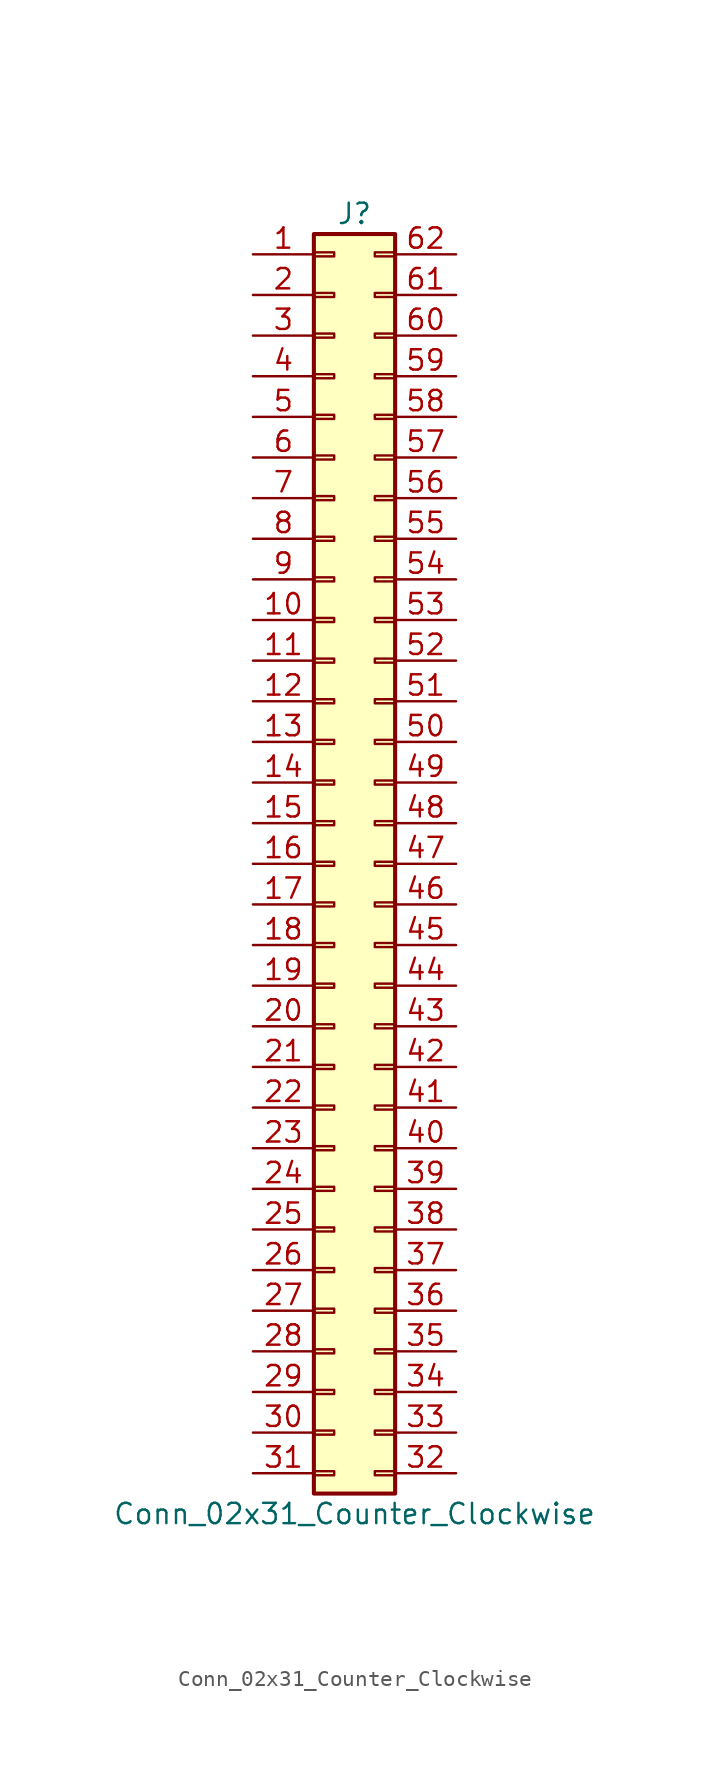
<source format=kicad_sym>
(kicad_symbol_lib
  (version 20220914)
  (generator kicad_symbol_editor)
  (symbol "Conn_02x31_Counter_Clockwise"
    (pin_names
      (offset 1.016) hide)
    (property "Reference" "J"
      (at 1.27 40.64 0)
      (effects (font (size 1.27 1.27))))
    (property "Value" "Conn_02x31_Counter_Clockwise"
      (at 1.27 -40.64 0)
      (effects (font (size 1.27 1.27))))
    (symbol "Conn_02x31_Counter_Clockwise_1_1"
      (rectangle (start -1.27 -37.973) (end 0 -38.227) (stroke (width 0.152) (type default)) (fill (type none)))
      (rectangle (start -1.27 -35.433) (end 0 -35.687) (stroke (width 0.152) (type default)) (fill (type none)))
      (rectangle (start -1.27 -32.893) (end 0 -33.147) (stroke (width 0.152) (type default)) (fill (type none)))
      (rectangle (start -1.27 -30.353) (end 0 -30.607) (stroke (width 0.152) (type default)) (fill (type none)))
      (rectangle (start -1.27 -27.813) (end 0 -28.067) (stroke (width 0.152) (type default)) (fill (type none)))
      (rectangle (start -1.27 -25.273) (end 0 -25.527) (stroke (width 0.152) (type default)) (fill (type none)))
      (rectangle (start -1.27 -22.733) (end 0 -22.987) (stroke (width 0.152) (type default)) (fill (type none)))
      (rectangle (start -1.27 -20.193) (end 0 -20.447) (stroke (width 0.152) (type default)) (fill (type none)))
      (rectangle (start -1.27 -17.653) (end 0 -17.907) (stroke (width 0.152) (type default)) (fill (type none)))
      (rectangle (start -1.27 -15.113) (end 0 -15.367) (stroke (width 0.152) (type default)) (fill (type none)))
      (rectangle (start -1.27 -12.573) (end 0 -12.827) (stroke (width 0.152) (type default)) (fill (type none)))
      (rectangle (start -1.27 -10.033) (end 0 -10.287) (stroke (width 0.152) (type default)) (fill (type none)))
      (rectangle (start -1.27 -7.493) (end 0 -7.747) (stroke (width 0.152) (type default)) (fill (type none)))
      (rectangle (start -1.27 -4.953) (end 0 -5.207) (stroke (width 0.152) (type default)) (fill (type none)))
      (rectangle (start -1.27 -2.413) (end 0 -2.667) (stroke (width 0.152) (type default)) (fill (type none)))
      (rectangle (start -1.27 0.127) (end 0 -0.127) (stroke (width 0.152) (type default)) (fill (type none)))
      (rectangle (start -1.27 2.667) (end 0 2.413) (stroke (width 0.152) (type default)) (fill (type none)))
      (rectangle (start -1.27 5.207) (end 0 4.953) (stroke (width 0.152) (type default)) (fill (type none)))
      (rectangle (start -1.27 7.747) (end 0 7.493) (stroke (width 0.152) (type default)) (fill (type none)))
      (rectangle (start -1.27 10.287) (end 0 10.033) (stroke (width 0.152) (type default)) (fill (type none)))
      (rectangle (start -1.27 12.827) (end 0 12.573) (stroke (width 0.152) (type default)) (fill (type none)))
      (rectangle (start -1.27 15.367) (end 0 15.113) (stroke (width 0.152) (type default)) (fill (type none)))
      (rectangle (start -1.27 17.907) (end 0 17.653) (stroke (width 0.152) (type default)) (fill (type none)))
      (rectangle (start -1.27 20.447) (end 0 20.193) (stroke (width 0.152) (type default)) (fill (type none)))
      (rectangle (start -1.27 22.987) (end 0 22.733) (stroke (width 0.152) (type default)) (fill (type none)))
      (rectangle (start -1.27 25.527) (end 0 25.273) (stroke (width 0.152) (type default)) (fill (type none)))
      (rectangle (start -1.27 28.067) (end 0 27.813) (stroke (width 0.152) (type default)) (fill (type none)))
      (rectangle (start -1.27 30.607) (end 0 30.353) (stroke (width 0.152) (type default)) (fill (type none)))
      (rectangle (start -1.27 33.147) (end 0 32.893) (stroke (width 0.152) (type default)) (fill (type none)))
      (rectangle (start -1.27 35.687) (end 0 35.433) (stroke (width 0.152) (type default)) (fill (type none)))
      (rectangle (start -1.27 38.227) (end 0 37.973) (stroke (width 0.152) (type default)) (fill (type none)))
      (rectangle (start -1.27 39.37) (end 3.81 -39.37) (stroke (width 0.254) (type default)) (fill (type background)))
      (rectangle (start 3.81 -37.973) (end 2.54 -38.227) (stroke (width 0.152) (type default)) (fill (type none)))
      (rectangle (start 3.81 -35.433) (end 2.54 -35.687) (stroke (width 0.152) (type default)) (fill (type none)))
      (rectangle (start 3.81 -32.893) (end 2.54 -33.147) (stroke (width 0.152) (type default)) (fill (type none)))
      (rectangle (start 3.81 -30.353) (end 2.54 -30.607) (stroke (width 0.152) (type default)) (fill (type none)))
      (rectangle (start 3.81 -27.813) (end 2.54 -28.067) (stroke (width 0.152) (type default)) (fill (type none)))
      (rectangle (start 3.81 -25.273) (end 2.54 -25.527) (stroke (width 0.152) (type default)) (fill (type none)))
      (rectangle (start 3.81 -22.733) (end 2.54 -22.987) (stroke (width 0.152) (type default)) (fill (type none)))
      (rectangle (start 3.81 -20.193) (end 2.54 -20.447) (stroke (width 0.152) (type default)) (fill (type none)))
      (rectangle (start 3.81 -17.653) (end 2.54 -17.907) (stroke (width 0.152) (type default)) (fill (type none)))
      (rectangle (start 3.81 -15.113) (end 2.54 -15.367) (stroke (width 0.152) (type default)) (fill (type none)))
      (rectangle (start 3.81 -12.573) (end 2.54 -12.827) (stroke (width 0.152) (type default)) (fill (type none)))
      (rectangle (start 3.81 -10.033) (end 2.54 -10.287) (stroke (width 0.152) (type default)) (fill (type none)))
      (rectangle (start 3.81 -7.493) (end 2.54 -7.747) (stroke (width 0.152) (type default)) (fill (type none)))
      (rectangle (start 3.81 -4.953) (end 2.54 -5.207) (stroke (width 0.152) (type default)) (fill (type none)))
      (rectangle (start 3.81 -2.413) (end 2.54 -2.667) (stroke (width 0.152) (type default)) (fill (type none)))
      (rectangle (start 3.81 0.127) (end 2.54 -0.127) (stroke (width 0.152) (type default)) (fill (type none)))
      (rectangle (start 3.81 2.667) (end 2.54 2.413) (stroke (width 0.152) (type default)) (fill (type none)))
      (rectangle (start 3.81 5.207) (end 2.54 4.953) (stroke (width 0.152) (type default)) (fill (type none)))
      (rectangle (start 3.81 7.747) (end 2.54 7.493) (stroke (width 0.152) (type default)) (fill (type none)))
      (rectangle (start 3.81 10.287) (end 2.54 10.033) (stroke (width 0.152) (type default)) (fill (type none)))
      (rectangle (start 3.81 12.827) (end 2.54 12.573) (stroke (width 0.152) (type default)) (fill (type none)))
      (rectangle (start 3.81 15.367) (end 2.54 15.113) (stroke (width 0.152) (type default)) (fill (type none)))
      (rectangle (start 3.81 17.907) (end 2.54 17.653) (stroke (width 0.152) (type default)) (fill (type none)))
      (rectangle (start 3.81 20.447) (end 2.54 20.193) (stroke (width 0.152) (type default)) (fill (type none)))
      (rectangle (start 3.81 22.987) (end 2.54 22.733) (stroke (width 0.152) (type default)) (fill (type none)))
      (rectangle (start 3.81 25.527) (end 2.54 25.273) (stroke (width 0.152) (type default)) (fill (type none)))
      (rectangle (start 3.81 28.067) (end 2.54 27.813) (stroke (width 0.152) (type default)) (fill (type none)))
      (rectangle (start 3.81 30.607) (end 2.54 30.353) (stroke (width 0.152) (type default)) (fill (type none)))
      (rectangle (start 3.81 33.147) (end 2.54 32.893) (stroke (width 0.152) (type default)) (fill (type none)))
      (rectangle (start 3.81 35.687) (end 2.54 35.433) (stroke (width 0.152) (type default)) (fill (type none)))
      (rectangle (start 3.81 38.227) (end 2.54 37.973) (stroke (width 0.152) (type default)) (fill (type none)))
      (pin passive line (at -5.08 38.1 0) (length 3.81) (name "Pin_1" (effects (font (size 1.27 1.27)))) (number "1" (effects (font (size 1.27 1.27)))))
      (pin passive line (at -5.08 15.24 0) (length 3.81) (name "Pin_10" (effects (font (size 1.27 1.27)))) (number "10" (effects (font (size 1.27 1.27)))))
      (pin passive line (at -5.08 12.7 0) (length 3.81) (name "Pin_11" (effects (font (size 1.27 1.27)))) (number "11" (effects (font (size 1.27 1.27)))))
      (pin passive line (at -5.08 10.16 0) (length 3.81) (name "Pin_12" (effects (font (size 1.27 1.27)))) (number "12" (effects (font (size 1.27 1.27)))))
      (pin passive line (at -5.08 7.62 0) (length 3.81) (name "Pin_13" (effects (font (size 1.27 1.27)))) (number "13" (effects (font (size 1.27 1.27)))))
      (pin passive line (at -5.08 5.08 0) (length 3.81) (name "Pin_14" (effects (font (size 1.27 1.27)))) (number "14" (effects (font (size 1.27 1.27)))))
      (pin passive line (at -5.08 2.54 0) (length 3.81) (name "Pin_15" (effects (font (size 1.27 1.27)))) (number "15" (effects (font (size 1.27 1.27)))))
      (pin passive line (at -5.08 0 0) (length 3.81) (name "Pin_16" (effects (font (size 1.27 1.27)))) (number "16" (effects (font (size 1.27 1.27)))))
      (pin passive line (at -5.08 -2.54 0) (length 3.81) (name "Pin_17" (effects (font (size 1.27 1.27)))) (number "17" (effects (font (size 1.27 1.27)))))
      (pin passive line (at -5.08 -5.08 0) (length 3.81) (name "Pin_18" (effects (font (size 1.27 1.27)))) (number "18" (effects (font (size 1.27 1.27)))))
      (pin passive line (at -5.08 -7.62 0) (length 3.81) (name "Pin_19" (effects (font (size 1.27 1.27)))) (number "19" (effects (font (size 1.27 1.27)))))
      (pin passive line (at -5.08 35.56 0) (length 3.81) (name "Pin_2" (effects (font (size 1.27 1.27)))) (number "2" (effects (font (size 1.27 1.27)))))
      (pin passive line (at -5.08 -10.16 0) (length 3.81) (name "Pin_20" (effects (font (size 1.27 1.27)))) (number "20" (effects (font (size 1.27 1.27)))))
      (pin passive line (at -5.08 -12.7 0) (length 3.81) (name "Pin_21" (effects (font (size 1.27 1.27)))) (number "21" (effects (font (size 1.27 1.27)))))
      (pin passive line (at -5.08 -15.24 0) (length 3.81) (name "Pin_22" (effects (font (size 1.27 1.27)))) (number "22" (effects (font (size 1.27 1.27)))))
      (pin passive line (at -5.08 -17.78 0) (length 3.81) (name "Pin_23" (effects (font (size 1.27 1.27)))) (number "23" (effects (font (size 1.27 1.27)))))
      (pin passive line (at -5.08 -20.32 0) (length 3.81) (name "Pin_24" (effects (font (size 1.27 1.27)))) (number "24" (effects (font (size 1.27 1.27)))))
      (pin passive line (at -5.08 -22.86 0) (length 3.81) (name "Pin_25" (effects (font (size 1.27 1.27)))) (number "25" (effects (font (size 1.27 1.27)))))
      (pin passive line (at -5.08 -25.4 0) (length 3.81) (name "Pin_26" (effects (font (size 1.27 1.27)))) (number "26" (effects (font (size 1.27 1.27)))))
      (pin passive line (at -5.08 -27.94 0) (length 3.81) (name "Pin_27" (effects (font (size 1.27 1.27)))) (number "27" (effects (font (size 1.27 1.27)))))
      (pin passive line (at -5.08 -30.48 0) (length 3.81) (name "Pin_28" (effects (font (size 1.27 1.27)))) (number "28" (effects (font (size 1.27 1.27)))))
      (pin passive line (at -5.08 -33.02 0) (length 3.81) (name "Pin_29" (effects (font (size 1.27 1.27)))) (number "29" (effects (font (size 1.27 1.27)))))
      (pin passive line (at -5.08 33.02 0) (length 3.81) (name "Pin_3" (effects (font (size 1.27 1.27)))) (number "3" (effects (font (size 1.27 1.27)))))
      (pin passive line (at -5.08 -35.56 0) (length 3.81) (name "Pin_30" (effects (font (size 1.27 1.27)))) (number "30" (effects (font (size 1.27 1.27)))))
      (pin passive line (at -5.08 -38.1 0) (length 3.81) (name "Pin_31" (effects (font (size 1.27 1.27)))) (number "31" (effects (font (size 1.27 1.27)))))
      (pin passive line (at 7.62 -38.1 180) (length 3.81) (name "Pin_32" (effects (font (size 1.27 1.27)))) (number "32" (effects (font (size 1.27 1.27)))))
      (pin passive line (at 7.62 -35.56 180) (length 3.81) (name "Pin_33" (effects (font (size 1.27 1.27)))) (number "33" (effects (font (size 1.27 1.27)))))
      (pin passive line (at 7.62 -33.02 180) (length 3.81) (name "Pin_34" (effects (font (size 1.27 1.27)))) (number "34" (effects (font (size 1.27 1.27)))))
      (pin passive line (at 7.62 -30.48 180) (length 3.81) (name "Pin_35" (effects (font (size 1.27 1.27)))) (number "35" (effects (font (size 1.27 1.27)))))
      (pin passive line (at 7.62 -27.94 180) (length 3.81) (name "Pin_36" (effects (font (size 1.27 1.27)))) (number "36" (effects (font (size 1.27 1.27)))))
      (pin passive line (at 7.62 -25.4 180) (length 3.81) (name "Pin_37" (effects (font (size 1.27 1.27)))) (number "37" (effects (font (size 1.27 1.27)))))
      (pin passive line (at 7.62 -22.86 180) (length 3.81) (name "Pin_38" (effects (font (size 1.27 1.27)))) (number "38" (effects (font (size 1.27 1.27)))))
      (pin passive line (at 7.62 -20.32 180) (length 3.81) (name "Pin_39" (effects (font (size 1.27 1.27)))) (number "39" (effects (font (size 1.27 1.27)))))
      (pin passive line (at -5.08 30.48 0) (length 3.81) (name "Pin_4" (effects (font (size 1.27 1.27)))) (number "4" (effects (font (size 1.27 1.27)))))
      (pin passive line (at 7.62 -17.78 180) (length 3.81) (name "Pin_40" (effects (font (size 1.27 1.27)))) (number "40" (effects (font (size 1.27 1.27)))))
      (pin passive line (at 7.62 -15.24 180) (length 3.81) (name "Pin_41" (effects (font (size 1.27 1.27)))) (number "41" (effects (font (size 1.27 1.27)))))
      (pin passive line (at 7.62 -12.7 180) (length 3.81) (name "Pin_42" (effects (font (size 1.27 1.27)))) (number "42" (effects (font (size 1.27 1.27)))))
      (pin passive line (at 7.62 -10.16 180) (length 3.81) (name "Pin_43" (effects (font (size 1.27 1.27)))) (number "43" (effects (font (size 1.27 1.27)))))
      (pin passive line (at 7.62 -7.62 180) (length 3.81) (name "Pin_44" (effects (font (size 1.27 1.27)))) (number "44" (effects (font (size 1.27 1.27)))))
      (pin passive line (at 7.62 -5.08 180) (length 3.81) (name "Pin_45" (effects (font (size 1.27 1.27)))) (number "45" (effects (font (size 1.27 1.27)))))
      (pin passive line (at 7.62 -2.54 180) (length 3.81) (name "Pin_46" (effects (font (size 1.27 1.27)))) (number "46" (effects (font (size 1.27 1.27)))))
      (pin passive line (at 7.62 0 180) (length 3.81) (name "Pin_47" (effects (font (size 1.27 1.27)))) (number "47" (effects (font (size 1.27 1.27)))))
      (pin passive line (at 7.62 2.54 180) (length 3.81) (name "Pin_48" (effects (font (size 1.27 1.27)))) (number "48" (effects (font (size 1.27 1.27)))))
      (pin passive line (at 7.62 5.08 180) (length 3.81) (name "Pin_49" (effects (font (size 1.27 1.27)))) (number "49" (effects (font (size 1.27 1.27)))))
      (pin passive line (at -5.08 27.94 0) (length 3.81) (name "Pin_5" (effects (font (size 1.27 1.27)))) (number "5" (effects (font (size 1.27 1.27)))))
      (pin passive line (at 7.62 7.62 180) (length 3.81) (name "Pin_50" (effects (font (size 1.27 1.27)))) (number "50" (effects (font (size 1.27 1.27)))))
      (pin passive line (at 7.62 10.16 180) (length 3.81) (name "Pin_51" (effects (font (size 1.27 1.27)))) (number "51" (effects (font (size 1.27 1.27)))))
      (pin passive line (at 7.62 12.7 180) (length 3.81) (name "Pin_52" (effects (font (size 1.27 1.27)))) (number "52" (effects (font (size 1.27 1.27)))))
      (pin passive line (at 7.62 15.24 180) (length 3.81) (name "Pin_53" (effects (font (size 1.27 1.27)))) (number "53" (effects (font (size 1.27 1.27)))))
      (pin passive line (at 7.62 17.78 180) (length 3.81) (name "Pin_54" (effects (font (size 1.27 1.27)))) (number "54" (effects (font (size 1.27 1.27)))))
      (pin passive line (at 7.62 20.32 180) (length 3.81) (name "Pin_55" (effects (font (size 1.27 1.27)))) (number "55" (effects (font (size 1.27 1.27)))))
      (pin passive line (at 7.62 22.86 180) (length 3.81) (name "Pin_56" (effects (font (size 1.27 1.27)))) (number "56" (effects (font (size 1.27 1.27)))))
      (pin passive line (at 7.62 25.4 180) (length 3.81) (name "Pin_57" (effects (font (size 1.27 1.27)))) (number "57" (effects (font (size 1.27 1.27)))))
      (pin passive line (at 7.62 27.94 180) (length 3.81) (name "Pin_58" (effects (font (size 1.27 1.27)))) (number "58" (effects (font (size 1.27 1.27)))))
      (pin passive line (at 7.62 30.48 180) (length 3.81) (name "Pin_59" (effects (font (size 1.27 1.27)))) (number "59" (effects (font (size 1.27 1.27)))))
      (pin passive line (at -5.08 25.4 0) (length 3.81) (name "Pin_6" (effects (font (size 1.27 1.27)))) (number "6" (effects (font (size 1.27 1.27)))))
      (pin passive line (at 7.62 33.02 180) (length 3.81) (name "Pin_60" (effects (font (size 1.27 1.27)))) (number "60" (effects (font (size 1.27 1.27)))))
      (pin passive line (at 7.62 35.56 180) (length 3.81) (name "Pin_61" (effects (font (size 1.27 1.27)))) (number "61" (effects (font (size 1.27 1.27)))))
      (pin passive line (at 7.62 38.1 180) (length 3.81) (name "Pin_62" (effects (font (size 1.27 1.27)))) (number "62" (effects (font (size 1.27 1.27)))))
      (pin passive line (at -5.08 22.86 0) (length 3.81) (name "Pin_7" (effects (font (size 1.27 1.27)))) (number "7" (effects (font (size 1.27 1.27)))))
      (pin passive line (at -5.08 20.32 0) (length 3.81) (name "Pin_8" (effects (font (size 1.27 1.27)))) (number "8" (effects (font (size 1.27 1.27)))))
      (pin passive line (at -5.08 17.78 0) (length 3.81) (name "Pin_9" (effects (font (size 1.27 1.27)))) (number "9" (effects (font (size 1.27 1.27))))))))
</source>
